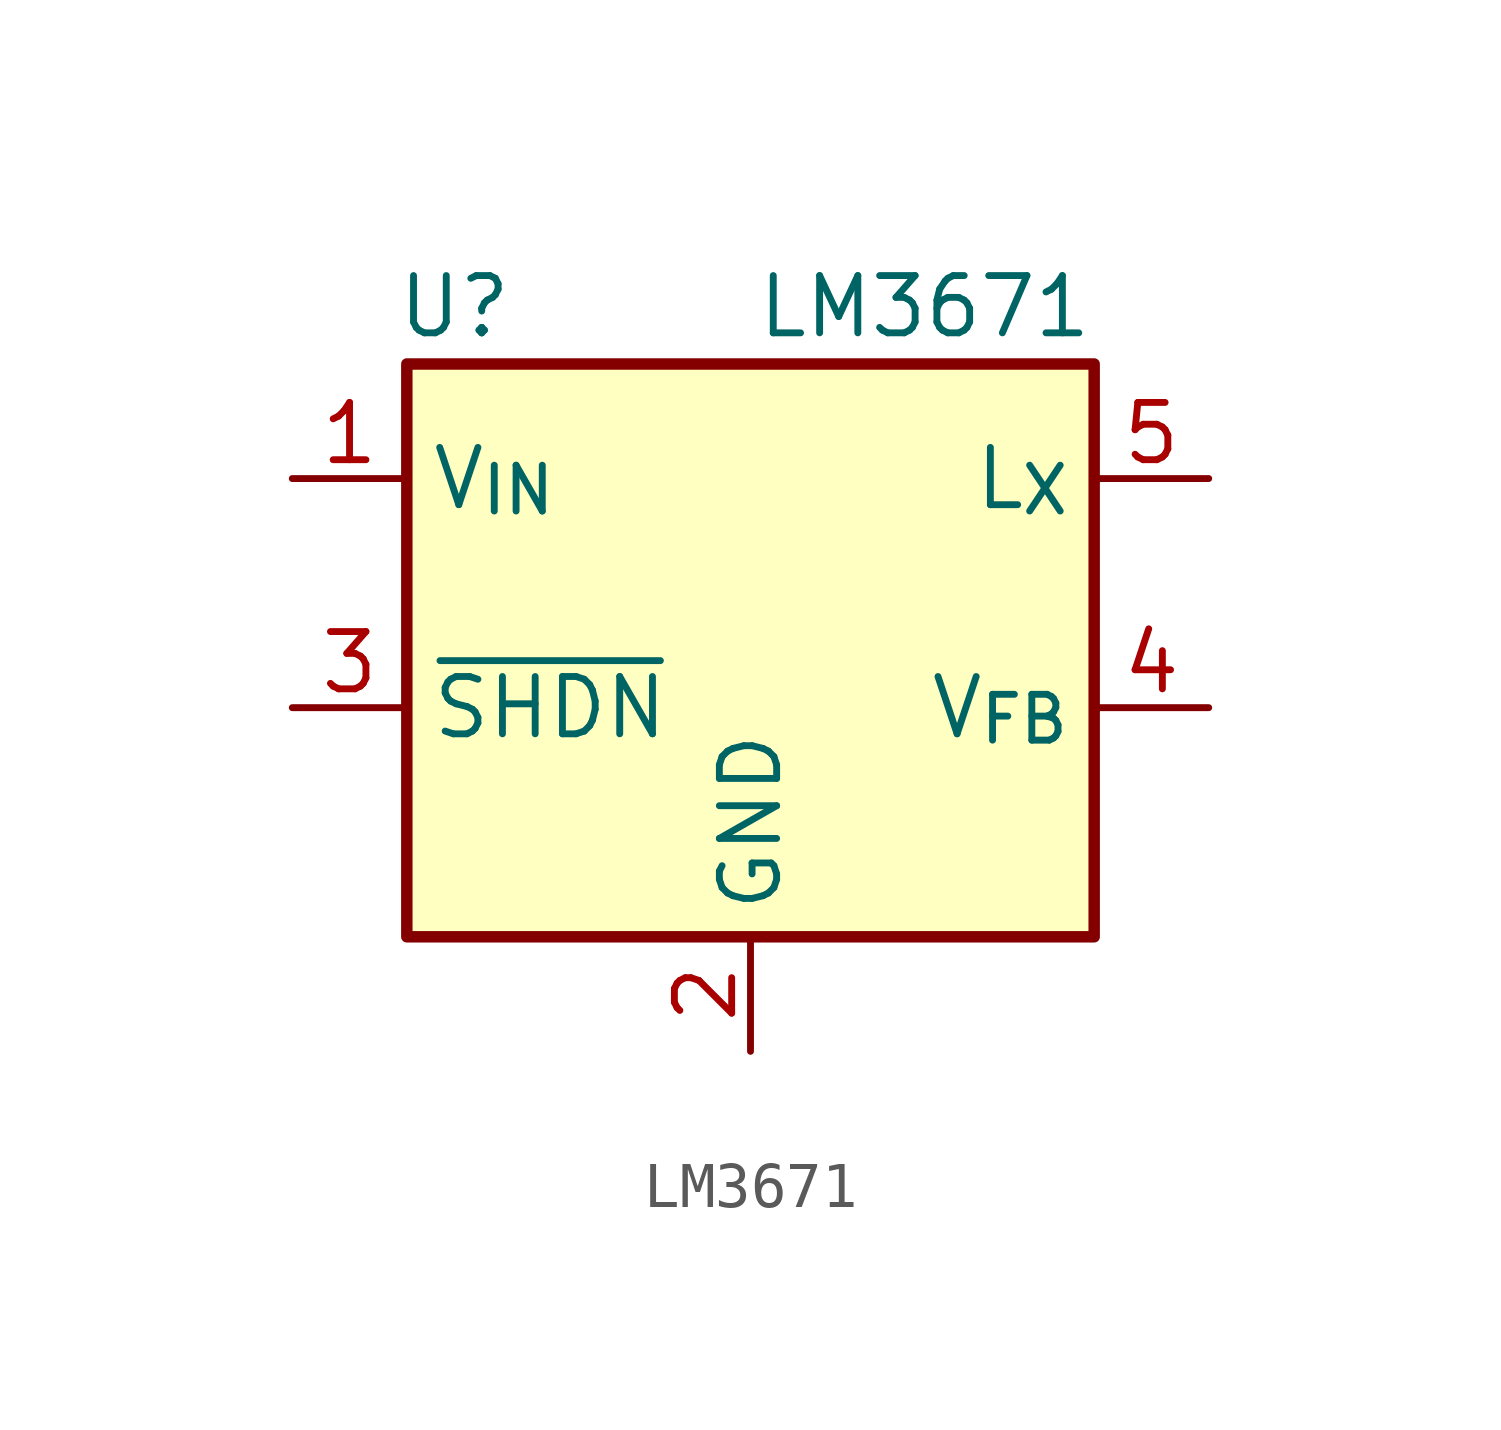
<source format=kicad_sym>
(kicad_symbol_lib
  (version 20231120)
  (generator "kicad_symbol_editor")
  (generator_version "8.0")
  (symbol "LM3671"
    (property "Reference" "U"
      (at -7.874 8.89 0)
      (effects (font (size 1.27 1.27)) (justify left)))
    (property "Value" "LM3671"
      (at 7.62 8.89 0)
      (effects (font (size 1.27 1.27)) (justify right)))
    (symbol "LM3671_0_1"
      (rectangle (start -7.62 7.62) (end 7.62 -5.08) (stroke (width 0.254) (type default)) (fill (type background))))
    (symbol "LM3671_1_1"
      (pin power_in line (at -10.16 5.08 0) (length 2.54) (name "V_{IN}" (effects (font (size 1.27 1.27)))) (number "1" (effects (font (size 1.27 1.27)))))
      (pin power_in line (at 0 -7.62 90) (length 2.54) (name "GND" (effects (font (size 1.27 1.27)))) (number "2" (effects (font (size 1.27 1.27)))))
      (pin input line (at -10.16 0 0) (length 2.54) (name "~{SHDN}" (effects (font (size 1.27 1.27)))) (number "3" (effects (font (size 1.27 1.27)))))
      (pin input line (at 10.16 0 180) (length 2.54) (name "V_{FB}" (effects (font (size 1.27 1.27)))) (number "4" (effects (font (size 1.27 1.27)))))
      (pin output line (at 10.16 5.08 180) (length 2.54) (name "L_{X}" (effects (font (size 1.27 1.27)))) (number "5" (effects (font (size 1.27 1.27))))))))
</source>
